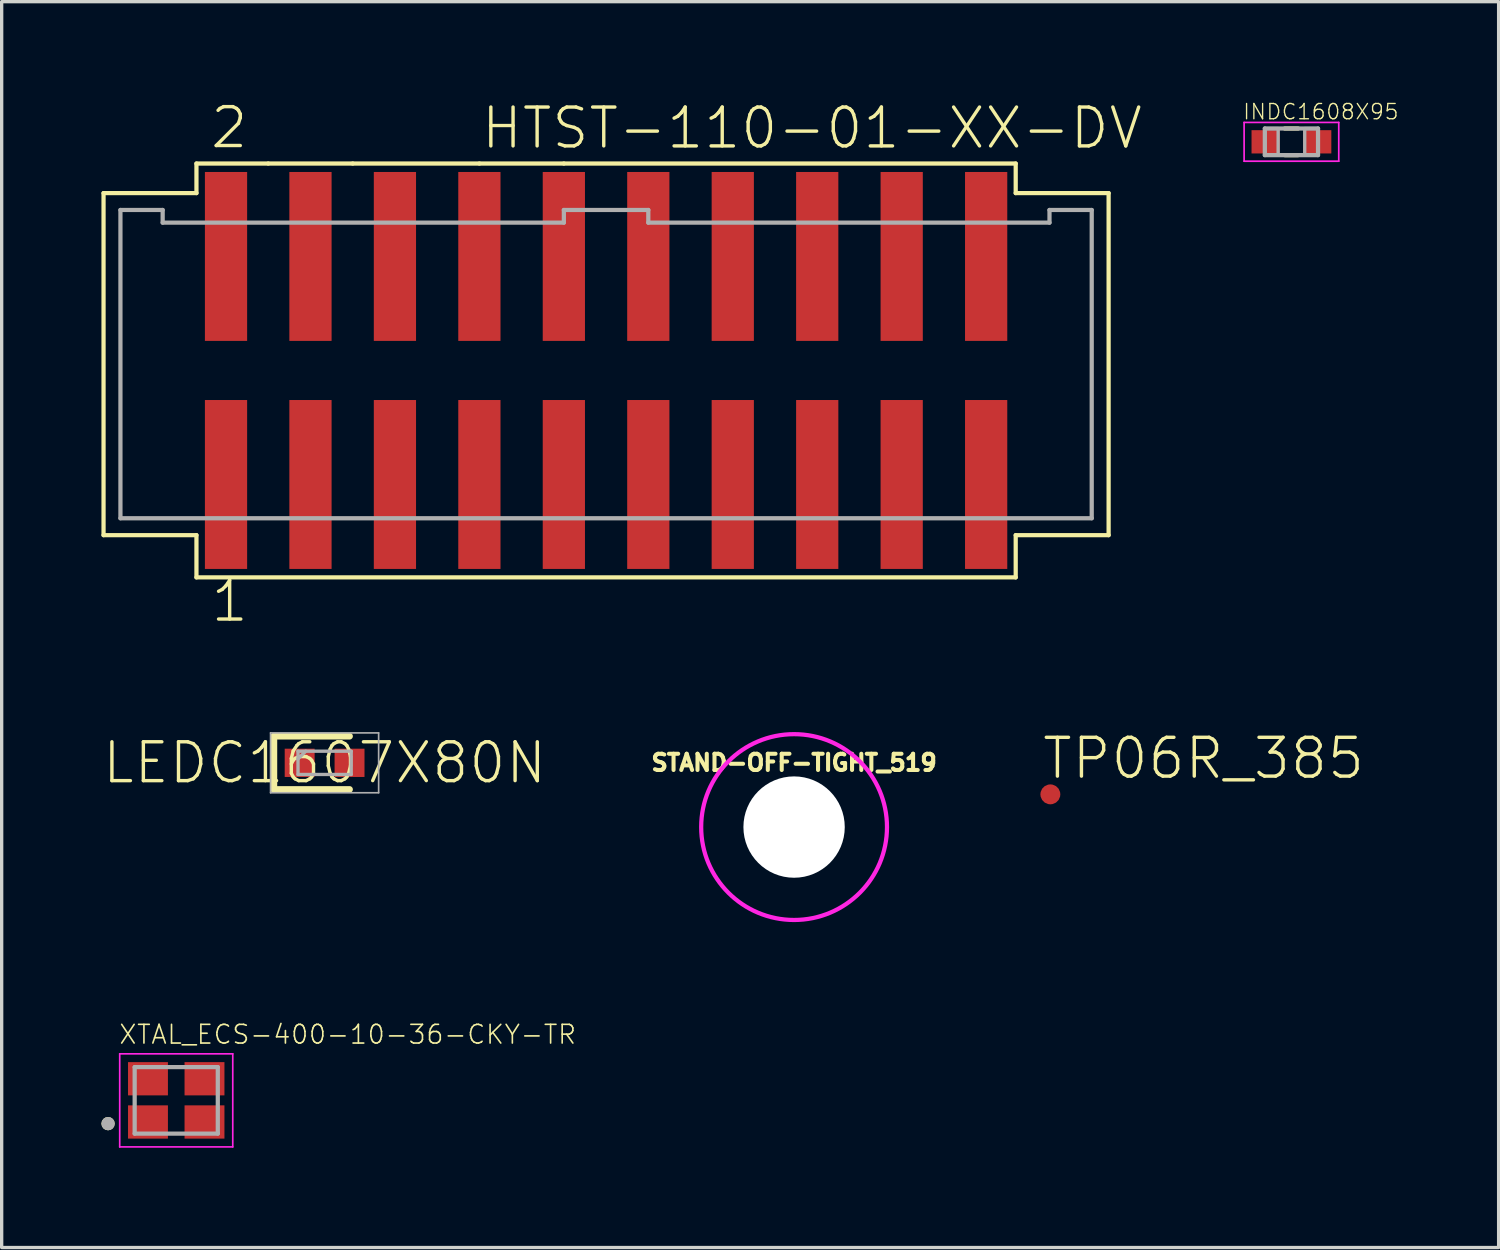
<source format=kicad_pcb>
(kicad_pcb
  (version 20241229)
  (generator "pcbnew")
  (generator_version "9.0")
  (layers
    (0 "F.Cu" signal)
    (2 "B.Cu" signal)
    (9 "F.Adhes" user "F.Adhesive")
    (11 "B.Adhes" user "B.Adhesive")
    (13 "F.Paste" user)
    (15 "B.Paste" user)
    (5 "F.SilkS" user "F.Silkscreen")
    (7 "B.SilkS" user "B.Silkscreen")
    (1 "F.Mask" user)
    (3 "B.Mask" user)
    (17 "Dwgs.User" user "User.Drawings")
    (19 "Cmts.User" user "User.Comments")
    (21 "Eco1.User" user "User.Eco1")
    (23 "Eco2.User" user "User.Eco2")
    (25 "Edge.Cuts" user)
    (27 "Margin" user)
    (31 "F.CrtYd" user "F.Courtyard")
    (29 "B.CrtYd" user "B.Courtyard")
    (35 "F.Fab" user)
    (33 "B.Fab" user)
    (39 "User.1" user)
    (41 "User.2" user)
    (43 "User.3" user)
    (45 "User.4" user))
  (footprint "TP06R_385"
    (layer "F.Cu")
    (at 28.538 20.839)
    (property "Reference" "TP06R_385" (at -0.3 -0.4 0) (unlocked yes) (layer "F.SilkS") (effects (font (size 1.168 1.168) (thickness 0.102)) (justify left bottom)))
    (pad "TP" smd roundrect (at 0 0) (size 0.6 0.6) (layers "F.Cu" "F.Mask") (roundrect_rratio 0.5)))
  (footprint "XTAL_ECS-400-10-36-CKY-TR"
    (layer "F.Cu")
    (at 2.25 30.042)
    (property "Reference" "XTAL_ECS-400-10-36-CKY-TR" (at -1.753 -1.653 0) (unlocked yes) (layer "F.SilkS") (effects (font (size 0.562 0.562) (thickness 0.049)) (justify left bottom)))
    (fp_circle (center -2.05 0.7) (end -1.95 0.7) (stroke (width 0.2) (type solid)) (fill no) (layer "F.SilkS"))
    (fp_line (start -1.7 -1.4) (end -1.7 1.4) (stroke (width 0.05) (type solid)) (layer "F.CrtYd"))
    (fp_line (start -1.7 1.4) (end 1.7 1.4) (stroke (width 0.05) (type solid)) (layer "F.CrtYd"))
    (fp_line (start 1.7 -1.4) (end -1.7 -1.4) (stroke (width 0.05) (type solid)) (layer "F.CrtYd"))
    (fp_line (start 1.7 1.4) (end 1.7 -1.4) (stroke (width 0.05) (type solid)) (layer "F.CrtYd"))
    (fp_line (start -1.25 -1) (end -1.25 1) (stroke (width 0.127) (type solid)) (layer "F.Fab"))
    (fp_line (start -1.25 1) (end 1.25 1) (stroke (width 0.127) (type solid)) (layer "F.Fab"))
    (fp_line (start 1.25 -1) (end -1.25 -1) (stroke (width 0.127) (type solid)) (layer "F.Fab"))
    (fp_line (start 1.25 1) (end 1.25 -1) (stroke (width 0.127) (type solid)) (layer "F.Fab"))
    (fp_circle (center -2.05 0.7) (end -1.95 0.7) (stroke (width 0.2) (type solid)) (fill no) (layer "F.Fab"))
    (pad "1" smd rect (at -0.85 0.65 90) (size 1 1.2) (layers "F.Cu" "F.Mask" "F.Paste"))
    (pad "2" smd rect (at 0.85 0.65 90) (size 1 1.2) (layers "F.Cu" "F.Mask" "F.Paste"))
    (pad "3" smd rect (at 0.85 -0.65 90) (size 1 1.2) (layers "F.Cu" "F.Mask" "F.Paste"))
    (pad "4" smd rect (at -0.85 -0.65 90) (size 1 1.2) (layers "F.Cu" "F.Mask" "F.Paste")))
  (footprint "HTST-110-01-XX-DV"
    (layer "F.Cu")
    (at 15.177 8.091)
    (property "Reference" "HTST-110-01-XX-DV" (at -3.811 -6.605 0) (unlocked yes) (layer "F.SilkS") (effects (font (size 1.169 1.169) (thickness 0.102)) (justify left bottom)))
    (fp_line (start -15.113 -5.334) (end -12.319 -5.334) (stroke (width 0.127) (type solid)) (layer "F.SilkS"))
    (fp_line (start -15.113 4.953) (end -15.113 -5.334) (stroke (width 0.127) (type solid)) (layer "F.SilkS"))
    (fp_line (start -12.319 -6.223) (end -10.16 -6.223) (stroke (width 0.127) (type solid)) (layer "F.SilkS"))
    (fp_line (start -12.319 -5.334) (end -12.319 -6.223) (stroke (width 0.127) (type solid)) (layer "F.SilkS"))
    (fp_line (start -12.319 4.953) (end -15.113 4.953) (stroke (width 0.127) (type solid)) (layer "F.SilkS"))
    (fp_line (start -12.319 6.223) (end -12.319 4.953) (stroke (width 0.127) (type solid)) (layer "F.SilkS"))
    (fp_line (start -10.16 -6.223) (end -7.62 -6.223) (stroke (width 0.127) (type solid)) (layer "F.SilkS"))
    (fp_line (start -7.62 -6.223) (end -3.81 -6.223) (stroke (width 0.127) (type solid)) (layer "F.SilkS"))
    (fp_line (start -3.81 -6.223) (end -1.27 -6.223) (stroke (width 0.127) (type solid)) (layer "F.SilkS"))
    (fp_line (start -1.27 -6.223) (end 12.319 -6.223) (stroke (width 0.127) (type solid)) (layer "F.SilkS"))
    (fp_line (start 12.319 -6.223) (end 12.319 -5.334) (stroke (width 0.127) (type solid)) (layer "F.SilkS"))
    (fp_line (start 12.319 -5.334) (end 15.113 -5.334) (stroke (width 0.127) (type solid)) (layer "F.SilkS"))
    (fp_line (start 12.319 4.953) (end 12.319 6.223) (stroke (width 0.127) (type solid)) (layer "F.SilkS"))
    (fp_line (start 12.319 6.223) (end -12.319 6.223) (stroke (width 0.127) (type solid)) (layer "F.SilkS"))
    (fp_line (start 15.113 -5.334) (end 15.113 4.953) (stroke (width 0.127) (type solid)) (layer "F.SilkS"))
    (fp_line (start 15.113 4.953) (end 12.319 4.953) (stroke (width 0.127) (type solid)) (layer "F.SilkS"))
    (fp_line (start -14.605 -4.826) (end -13.335 -4.826) (stroke (width 0.127) (type solid)) (layer "F.Fab"))
    (fp_line (start -14.605 4.445) (end -14.605 -4.826) (stroke (width 0.127) (type solid)) (layer "F.Fab"))
    (fp_line (start -13.335 -4.826) (end -13.335 -4.445) (stroke (width 0.127) (type solid)) (layer "F.Fab"))
    (fp_line (start -13.335 -4.445) (end -1.27 -4.445) (stroke (width 0.127) (type solid)) (layer "F.Fab"))
    (fp_line (start -1.27 -4.826) (end 1.27 -4.826) (stroke (width 0.127) (type solid)) (layer "F.Fab"))
    (fp_line (start -1.27 -4.445) (end -1.27 -4.826) (stroke (width 0.127) (type solid)) (layer "F.Fab"))
    (fp_line (start 1.27 -4.826) (end 1.27 -4.445) (stroke (width 0.127) (type solid)) (layer "F.Fab"))
    (fp_line (start 1.27 -4.445) (end 13.335 -4.445) (stroke (width 0.127) (type solid)) (layer "F.Fab"))
    (fp_line (start 13.335 -4.826) (end 14.605 -4.826) (stroke (width 0.127) (type solid)) (layer "F.Fab"))
    (fp_line (start 13.335 -4.445) (end 13.335 -4.826) (stroke (width 0.127) (type solid)) (layer "F.Fab"))
    (fp_line (start 14.605 -4.826) (end 14.605 4.445) (stroke (width 0.127) (type solid)) (layer "F.Fab"))
    (fp_line (start 14.605 4.445) (end -14.605 4.445) (stroke (width 0.127) (type solid)) (layer "F.Fab"))
    (fp_text user "1" (at -11.944 7.624 0) (unlocked yes) (layer "F.SilkS") (effects (font (size 1.169 1.169) (thickness 0.102)) (justify left bottom)))
    (fp_text user "2" (at -11.959 -6.616 0) (unlocked yes) (layer "F.SilkS") (effects (font (size 1.17 1.17) (thickness 0.102)) (justify left bottom)))
    (pad "1" smd rect (at -11.43 3.429) (size 1.27 5.08) (layers "F.Cu" "F.Mask" "F.Paste"))
    (pad "2" smd rect (at -11.43 -3.429) (size 1.27 5.08) (layers "F.Cu" "F.Mask" "F.Paste"))
    (pad "3" smd rect (at -8.89 3.429) (size 1.27 5.08) (layers "F.Cu" "F.Mask" "F.Paste"))
    (pad "4" smd rect (at -8.89 -3.429) (size 1.27 5.08) (layers "F.Cu" "F.Mask" "F.Paste"))
    (pad "5" smd rect (at -6.35 3.429) (size 1.27 5.08) (layers "F.Cu" "F.Mask" "F.Paste"))
    (pad "6" smd rect (at -6.35 -3.429) (size 1.27 5.08) (layers "F.Cu" "F.Mask" "F.Paste"))
    (pad "7" smd rect (at -3.81 3.429) (size 1.27 5.08) (layers "F.Cu" "F.Mask" "F.Paste"))
    (pad "8" smd rect (at -3.81 -3.429) (size 1.27 5.08) (layers "F.Cu" "F.Mask" "F.Paste"))
    (pad "9" smd rect (at -1.27 3.429) (size 1.27 5.08) (layers "F.Cu" "F.Mask" "F.Paste"))
    (pad "10" smd rect (at -1.27 -3.429) (size 1.27 5.08) (layers "F.Cu" "F.Mask" "F.Paste"))
    (pad "11" smd rect (at 1.27 3.429) (size 1.27 5.08) (layers "F.Cu" "F.Mask" "F.Paste"))
    (pad "12" smd rect (at 1.27 -3.429) (size 1.27 5.08) (layers "F.Cu" "F.Mask" "F.Paste"))
    (pad "13" smd rect (at 3.81 3.429) (size 1.27 5.08) (layers "F.Cu" "F.Mask" "F.Paste"))
    (pad "14" smd rect (at 3.81 -3.429) (size 1.27 5.08) (layers "F.Cu" "F.Mask" "F.Paste"))
    (pad "15" smd rect (at 6.35 3.429) (size 1.27 5.08) (layers "F.Cu" "F.Mask" "F.Paste"))
    (pad "16" smd rect (at 6.35 -3.429) (size 1.27 5.08) (layers "F.Cu" "F.Mask" "F.Paste"))
    (pad "17" smd rect (at 8.89 3.429) (size 1.27 5.08) (layers "F.Cu" "F.Mask" "F.Paste"))
    (pad "18" smd rect (at 8.89 -3.429) (size 1.27 5.08) (layers "F.Cu" "F.Mask" "F.Paste"))
    (pad "19" smd rect (at 11.43 3.429) (size 1.27 5.08) (layers "F.Cu" "F.Mask" "F.Paste"))
    (pad "20" smd rect (at 11.43 -3.429) (size 1.27 5.08) (layers "F.Cu" "F.Mask" "F.Paste")))
  (footprint "LEDC1607X80N"
    (layer "F.Cu")
    (at 6.712 19.891)
    (property "Reference" "LEDC1607X80N" (at 0 0 0) (unlocked yes) (layer "F.SilkS") (effects (font (size 1.168 1.168) (thickness 0.102))))
    (fp_line (start -1.525 -0.8) (end -1.525 0.8) (stroke (width 0.2) (type solid)) (layer "F.SilkS"))
    (fp_line (start -1.525 0.8) (end 0.75 0.8) (stroke (width 0.2) (type solid)) (layer "F.SilkS"))
    (fp_line (start 0.75 -0.8) (end -1.525 -0.8) (stroke (width 0.2) (type solid)) (layer "F.SilkS"))
    (fp_line (start -1.625 -0.9) (end 1.625 -0.9) (stroke (width 0.05) (type solid)) (layer "F.Fab"))
    (fp_line (start -1.625 0.9) (end -1.625 -0.9) (stroke (width 0.05) (type solid)) (layer "F.Fab"))
    (fp_line (start -0.8 -0.35) (end 0.8 -0.35) (stroke (width 0.1) (type solid)) (layer "F.Fab"))
    (fp_line (start -0.8 -0.117) (end -0.567 -0.35) (stroke (width 0.1) (type solid)) (layer "F.Fab"))
    (fp_line (start -0.8 0.35) (end -0.8 -0.35) (stroke (width 0.1) (type solid)) (layer "F.Fab"))
    (fp_line (start 0.8 -0.35) (end 0.8 0.35) (stroke (width 0.1) (type solid)) (layer "F.Fab"))
    (fp_line (start 0.8 0.35) (end -0.8 0.35) (stroke (width 0.1) (type solid)) (layer "F.Fab"))
    (fp_line (start 1.625 -0.9) (end 1.625 0.9) (stroke (width 0.05) (type solid)) (layer "F.Fab"))
    (fp_line (start 1.625 0.9) (end -1.625 0.9) (stroke (width 0.05) (type solid)) (layer "F.Fab"))
    (pad "1" smd rect (at -0.75 0) (size 0.9 0.85) (layers "F.Cu" "F.Mask" "F.Paste"))
    (pad "2" smd rect (at 0.75 0) (size 0.9 0.85) (layers "F.Cu" "F.Mask" "F.Paste")))
  (footprint "INDC1608X95"
    (layer "F.Cu")
    (at 35.788 1.215)
    (property "Reference" "INDC1608X95" (at -1.485 -0.635 0) (unlocked yes) (layer "F.SilkS") (effects (font (size 0.46 0.46) (thickness 0.04)) (justify left bottom)))
    (fp_line (start -0.2 -0.4) (end 0.2 -0.4) (stroke (width 0.127) (type solid)) (layer "F.SilkS"))
    (fp_line (start -0.2 0.4) (end 0.2 0.4) (stroke (width 0.127) (type solid)) (layer "F.SilkS"))
    (fp_line (start -1.423 -0.583) (end 1.423 -0.583) (stroke (width 0.051) (type solid)) (layer "F.CrtYd"))
    (fp_line (start -1.423 0.583) (end -1.423 -0.583) (stroke (width 0.051) (type solid)) (layer "F.CrtYd"))
    (fp_line (start 1.423 -0.583) (end 1.423 0.583) (stroke (width 0.051) (type solid)) (layer "F.CrtYd"))
    (fp_line (start 1.423 0.583) (end -1.423 0.583) (stroke (width 0.051) (type solid)) (layer "F.CrtYd"))
    (fp_line (start -0.8 -0.4) (end 0.8 -0.4) (stroke (width 0.127) (type solid)) (layer "F.Fab"))
    (fp_line (start -0.8 0.4) (end -0.8 -0.4) (stroke (width 0.127) (type solid)) (layer "F.Fab"))
    (fp_line (start 0.8 -0.4) (end 0.8 0.4) (stroke (width 0.127) (type solid)) (layer "F.Fab"))
    (fp_line (start 0.8 0.4) (end -0.8 0.4) (stroke (width 0.127) (type solid)) (layer "F.Fab"))
    (fp_poly (pts (xy -0.8 0.4) (xy -0.4 0.4) (xy -0.4 -0.4) (xy -0.8 -0.4)) (stroke (width 0.1) (type default)) (fill no) (layer "F.Fab"))
    (fp_poly (pts (xy 0.4 0.4) (xy 0.8 0.4) (xy 0.8 -0.4) (xy 0.4 -0.4)) (stroke (width 0.1) (type default)) (fill no) (layer "F.Fab"))
    (pad "1" smd rect (at -0.775 0) (size 0.85 0.7) (layers "F.Cu" "F.Mask" "F.Paste"))
    (pad "2" smd rect (at 0.775 0) (size 0.85 0.7) (layers "F.Cu" "F.Mask" "F.Paste")))
  (footprint "STAND-OFF-TIGHT_519"
    (layer "F.Cu")
    (at 20.831 21.823)
    (property "Reference" "STAND-OFF-TIGHT_519" (at 0 -1.651 0) (unlocked yes) (layer "F.SilkS") (effects (font (size 0.488 0.488) (thickness 0.122)) (justify bottom)))
    (fp_circle (center 0 0) (end 2.794 0) (stroke (width 0.127) (type solid)) (fill no) (layer "F.CrtYd"))
    (pad "" np_thru_hole circle (at 0 0) (size 3.048 3.048) (drill 3.048) (layers "*.Cu" "*.Mask")))
  (gr_rect
    (start -3 -3)
    (end 42.019 34.467)
    (stroke (width 0.1) (type default))
    (fill no)
    (layer "Edge.Cuts")))
</source>
